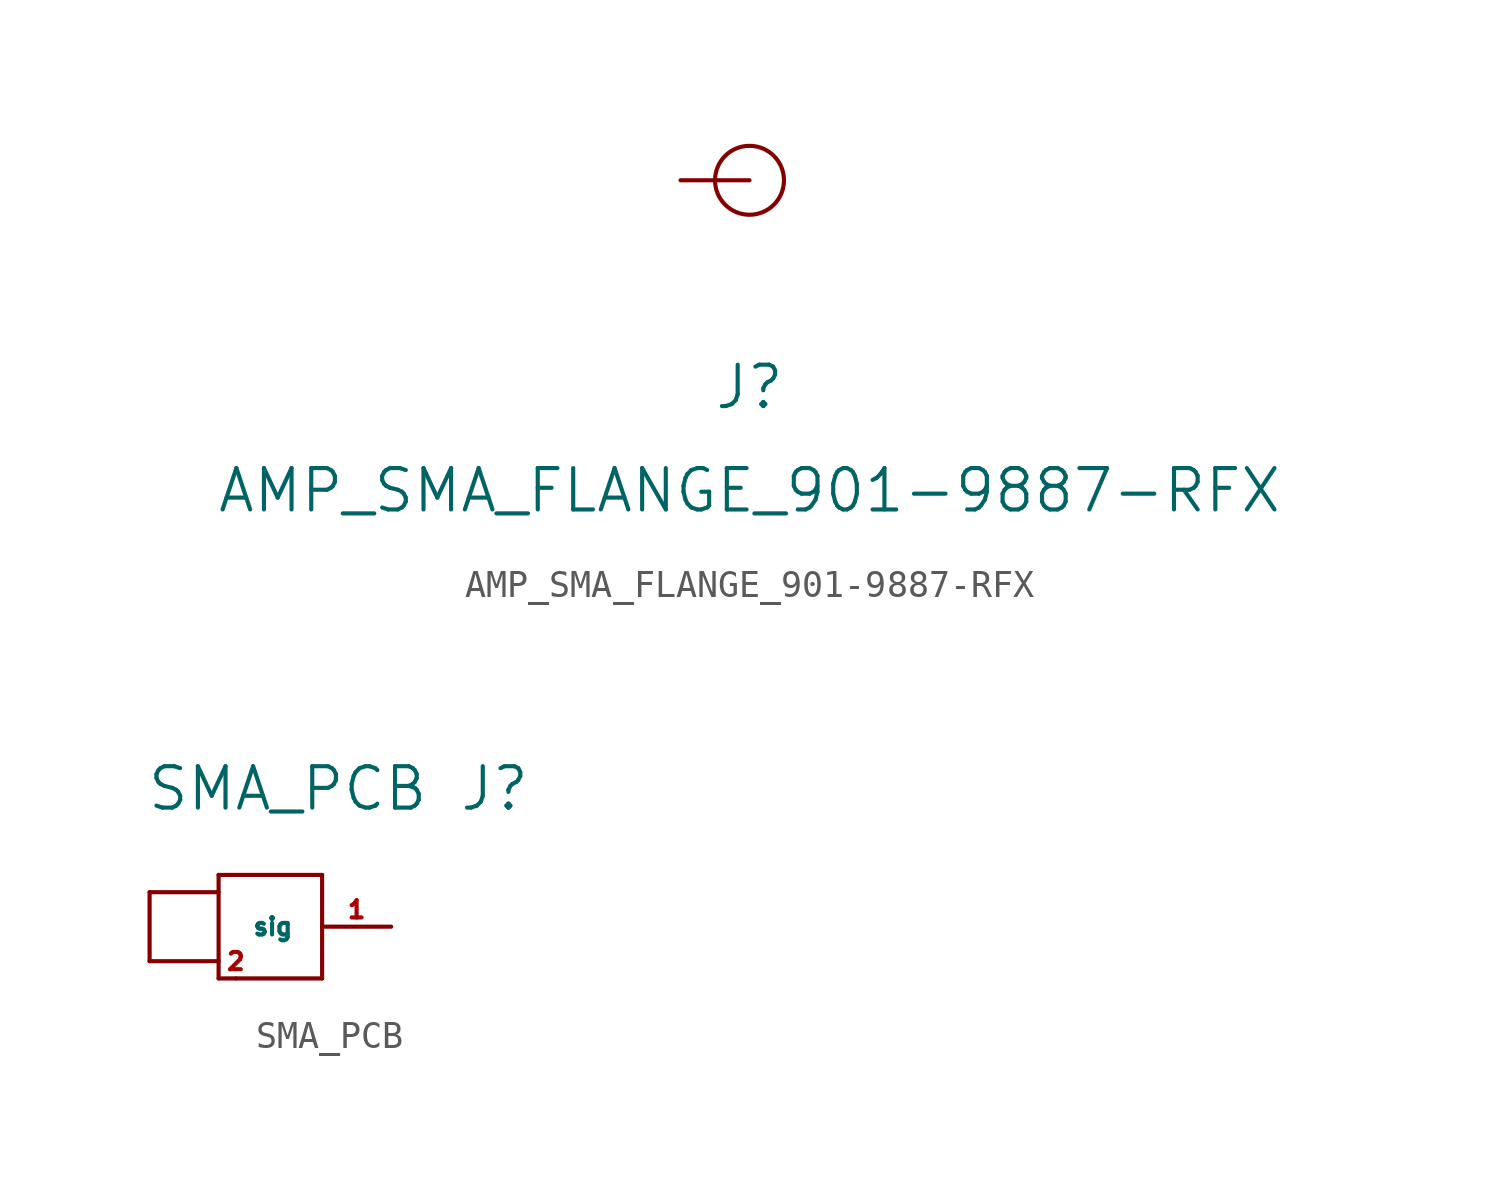
<source format=kicad_sym>
(kicad_symbol_lib
  (version 20211014)
  (generator kicad_symbol_editor)
  (symbol "AMP_SMA_FLANGE_901-9887-RFX"
    (pin_numbers hide)
    (pin_names
      (offset 1.016) hide)
    (property "Reference" "J"
      (at 0 -7.62 0)
      (effects (font (size 1.524 1.524))))
    (property "Value" "AMP_SMA_FLANGE_901-9887-RFX"
      (at 0 -11.43 0)
      (effects (font (size 1.524 1.524))))
    (symbol "AMP_SMA_FLANGE_901-9887-RFX_0_1"
      (circle (center 0 0) (radius 1.27) (stroke (width 0) (type default) (color 0 0 0 0)) (fill (type none))))
    (symbol "AMP_SMA_FLANGE_901-9887-RFX_1_1"
      (pin passive line (at -2.54 0 0) (length 2.54) (name "1" (effects (font (size 1.27 1.27)))) (number "1" (effects (font (size 1.27 1.27)))))))
  (symbol "SMA_PCB"
    (pin_names
      (offset 1.016))
    (property "Reference" "J"
      (at 7.62 5.08 0)
      (effects (font (size 1.524 1.524))))
    (property "Value" "SMA_PCB"
      (at 0 5.08 0)
      (effects (font (size 1.524 1.524))))
    (symbol "SMA_PCB_0_1"
      (rectangle (start -5.08 -1.27) (end -2.54 -1.27) (stroke (width 0) (type default) (color 0 0 0 0)) (fill (type none)))
      (rectangle (start -5.08 1.27) (end -5.08 -1.27) (stroke (width 0) (type default) (color 0 0 0 0)) (fill (type none)))
      (rectangle (start -2.54 -1.905) (end 1.27 -1.905) (stroke (width 0) (type default) (color 0 0 0 0)) (fill (type none)))
      (rectangle (start -2.54 1.27) (end -5.08 1.27) (stroke (width 0) (type default) (color 0 0 0 0)) (fill (type none)))
      (rectangle (start -2.54 1.905) (end -2.54 -1.905) (stroke (width 0) (type default) (color 0 0 0 0)) (fill (type none)))
      (rectangle (start -2.54 1.905) (end 1.27 1.905) (stroke (width 0) (type default) (color 0 0 0 0)) (fill (type none)))
      (rectangle (start 1.27 -1.905) (end 1.27 1.905) (stroke (width 0) (type default) (color 0 0 0 0)) (fill (type none))))
    (symbol "SMA_PCB_1_1"
      (pin passive line (at 3.81 0 180) (length 2.54) (name "sig" (effects (font (size 0.635 0.635)))) (number "1" (effects (font (size 0.635 0.635)))))
      (pin power_in line (at -1.905 -1.905 0) (length 0) (name "~" (effects (font (size 0.635 0.635)))) (number "2" (effects (font (size 0.635 0.635))))))))
</source>
